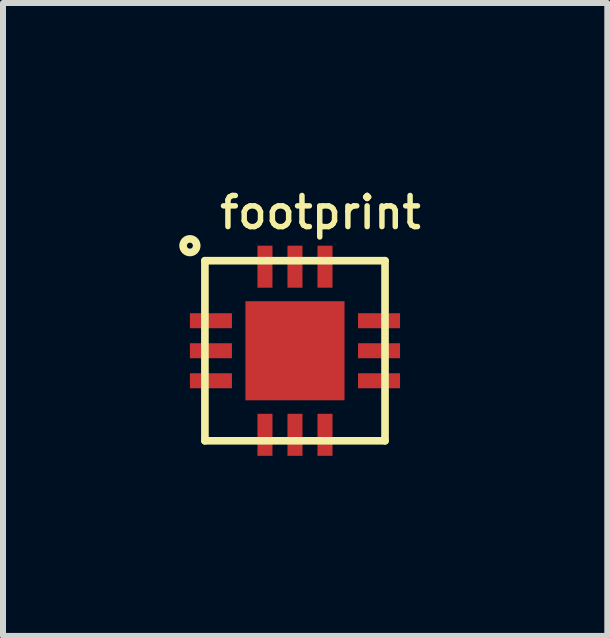
<source format=kicad_pcb>
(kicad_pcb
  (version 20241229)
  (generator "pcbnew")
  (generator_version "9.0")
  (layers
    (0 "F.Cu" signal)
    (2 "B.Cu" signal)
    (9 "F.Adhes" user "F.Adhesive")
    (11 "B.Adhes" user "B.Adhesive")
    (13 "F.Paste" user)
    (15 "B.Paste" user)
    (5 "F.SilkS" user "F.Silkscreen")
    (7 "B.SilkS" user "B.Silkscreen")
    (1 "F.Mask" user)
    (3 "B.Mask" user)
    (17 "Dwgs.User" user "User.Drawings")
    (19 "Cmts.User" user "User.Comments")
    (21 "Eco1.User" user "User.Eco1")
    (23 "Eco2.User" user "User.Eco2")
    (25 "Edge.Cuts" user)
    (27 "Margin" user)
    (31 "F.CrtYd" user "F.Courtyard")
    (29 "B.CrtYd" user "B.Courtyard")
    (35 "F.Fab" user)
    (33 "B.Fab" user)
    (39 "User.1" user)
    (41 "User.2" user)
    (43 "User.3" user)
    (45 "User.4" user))
  (footprint "footprint"
    (layer "F.Cu")
    (at 1.863 2.792)
    (property "Reference" "footprint" (at -1.3 -2 0) (layer "F.SilkS") (effects (font (size 0.518 0.518) (thickness 0.091)) (justify left bottom)))
    (fp_line (start -1.5 -1.5) (end -1.5 1.5) (stroke (width 0.127) (type solid)) (layer "F.SilkS"))
    (fp_line (start -1.5 1.5) (end 1.5 1.5) (stroke (width 0.127) (type solid)) (layer "F.SilkS"))
    (fp_line (start 1.5 -1.5) (end -1.5 -1.5) (stroke (width 0.127) (type solid)) (layer "F.SilkS"))
    (fp_line (start 1.5 1.5) (end 1.5 -1.5) (stroke (width 0.127) (type solid)) (layer "F.SilkS"))
    (fp_circle (center -1.75 -1.75) (end -1.7 -1.75) (stroke (width 0.127) (type solid)) (fill no) (layer "F.SilkS"))
    (pad "1" smd rect (at -1.4 -0.5) (size 0.7 0.25) (layers "F.Cu" "F.Mask" "F.Paste"))
    (pad "2" smd rect (at -1.4 0) (size 0.7 0.25) (layers "F.Cu" "F.Mask" "F.Paste"))
    (pad "3" smd rect (at -1.4 0.5) (size 0.7 0.25) (layers "F.Cu" "F.Mask" "F.Paste"))
    (pad "4" smd rect (at -0.5 1.4 90) (size 0.7 0.25) (layers "F.Cu" "F.Mask" "F.Paste"))
    (pad "5" smd rect (at 0 1.4 90) (size 0.7 0.25) (layers "F.Cu" "F.Mask" "F.Paste"))
    (pad "6" smd rect (at 0.5 1.4 90) (size 0.7 0.25) (layers "F.Cu" "F.Mask" "F.Paste"))
    (pad "7" smd rect (at 1.4 0.5 180) (size 0.7 0.25) (layers "F.Cu" "F.Mask" "F.Paste"))
    (pad "8" smd rect (at 1.4 0 180) (size 0.7 0.25) (layers "F.Cu" "F.Mask" "F.Paste"))
    (pad "9" smd rect (at 1.4 -0.5 180) (size 0.7 0.25) (layers "F.Cu" "F.Mask" "F.Paste"))
    (pad "10" smd rect (at 0.5 -1.4 90) (size 0.7 0.25) (layers "F.Cu" "F.Mask" "F.Paste"))
    (pad "11" smd rect (at 0 -1.4 90) (size 0.7 0.25) (layers "F.Cu" "F.Mask" "F.Paste"))
    (pad "12" smd rect (at -0.5 -1.4 90) (size 0.7 0.25) (layers "F.Cu" "F.Mask" "F.Paste"))
    (pad "EXP" smd rect (at 0 0) (size 1.65 1.65) (layers "F.Cu" "F.Mask" "F.Paste")))
  (gr_rect
    (start -3 -3)
    (end 7.065 7.542)
    (stroke (width 0.1) (type default))
    (fill no)
    (layer "Edge.Cuts")))
</source>
